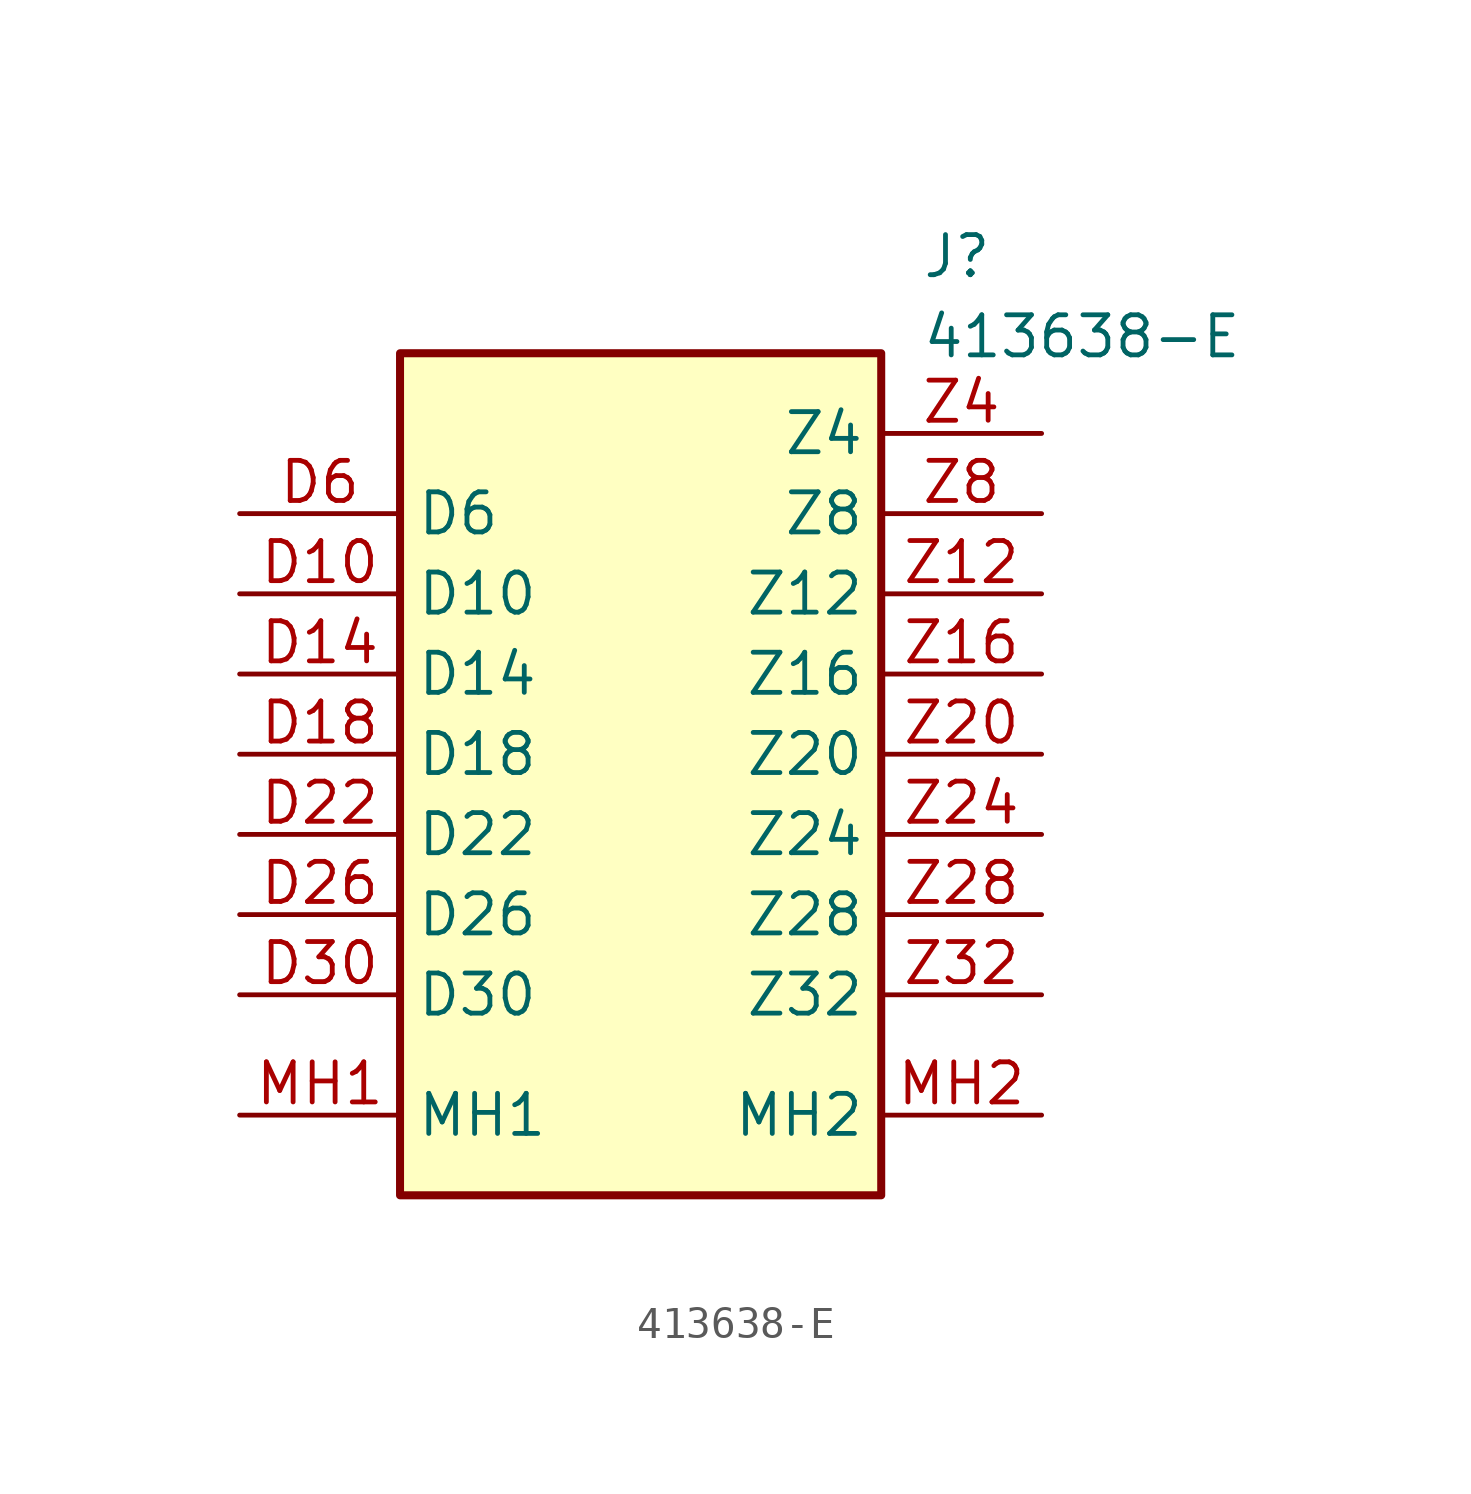
<source format=kicad_sym>
(kicad_symbol_lib
  (version 20231120)
  (generator "kicad_symbol_editor")
  (generator_version "8.0")
  (symbol "413638-E"
    (property "Reference" "J"
      (at 8.89 16.51 0)
      (effects (font (size 1.27 1.27)) (justify left top)))
    (property "Value" "413638-E"
      (at 8.89 13.97 0)
      (effects (font (size 1.27 1.27)) (justify left top)))
    (symbol "413638-E_1_1"
      (rectangle (start -7.62 12.7) (end 7.62 -13.97) (stroke (width 0.254) (type default)) (fill (type background)))
      (pin passive line (at -12.7 5.08 0) (length 5.08) (name "D10" (effects (font (size 1.27 1.27)))) (number "D10" (effects (font (size 1.27 1.27)))))
      (pin passive line (at -12.7 2.54 0) (length 5.08) (name "D14" (effects (font (size 1.27 1.27)))) (number "D14" (effects (font (size 1.27 1.27)))))
      (pin passive line (at -12.7 0 0) (length 5.08) (name "D18" (effects (font (size 1.27 1.27)))) (number "D18" (effects (font (size 1.27 1.27)))))
      (pin passive line (at -12.7 -2.54 0) (length 5.08) (name "D22" (effects (font (size 1.27 1.27)))) (number "D22" (effects (font (size 1.27 1.27)))))
      (pin passive line (at -12.7 -5.08 0) (length 5.08) (name "D26" (effects (font (size 1.27 1.27)))) (number "D26" (effects (font (size 1.27 1.27)))))
      (pin passive line (at -12.7 -7.62 0) (length 5.08) (name "D30" (effects (font (size 1.27 1.27)))) (number "D30" (effects (font (size 1.27 1.27)))))
      (pin passive line (at -12.7 7.62 0) (length 5.08) (name "D6" (effects (font (size 1.27 1.27)))) (number "D6" (effects (font (size 1.27 1.27)))))
      (pin passive line (at -12.7 -11.43 0) (length 5.08) (name "MH1" (effects (font (size 1.27 1.27)))) (number "MH1" (effects (font (size 1.27 1.27)))))
      (pin passive line (at 12.7 -11.43 180) (length 5.08) (name "MH2" (effects (font (size 1.27 1.27)))) (number "MH2" (effects (font (size 1.27 1.27)))))
      (pin passive line (at 12.7 5.08 180) (length 5.08) (name "Z12" (effects (font (size 1.27 1.27)))) (number "Z12" (effects (font (size 1.27 1.27)))))
      (pin passive line (at 12.7 2.54 180) (length 5.08) (name "Z16" (effects (font (size 1.27 1.27)))) (number "Z16" (effects (font (size 1.27 1.27)))))
      (pin passive line (at 12.7 0 180) (length 5.08) (name "Z20" (effects (font (size 1.27 1.27)))) (number "Z20" (effects (font (size 1.27 1.27)))))
      (pin passive line (at 12.7 -2.54 180) (length 5.08) (name "Z24" (effects (font (size 1.27 1.27)))) (number "Z24" (effects (font (size 1.27 1.27)))))
      (pin passive line (at 12.7 -5.08 180) (length 5.08) (name "Z28" (effects (font (size 1.27 1.27)))) (number "Z28" (effects (font (size 1.27 1.27)))))
      (pin passive line (at 12.7 -7.62 180) (length 5.08) (name "Z32" (effects (font (size 1.27 1.27)))) (number "Z32" (effects (font (size 1.27 1.27)))))
      (pin passive line (at 12.7 10.16 180) (length 5.08) (name "Z4" (effects (font (size 1.27 1.27)))) (number "Z4" (effects (font (size 1.27 1.27)))))
      (pin passive line (at 12.7 7.62 180) (length 5.08) (name "Z8" (effects (font (size 1.27 1.27)))) (number "Z8" (effects (font (size 1.27 1.27))))))))
</source>
